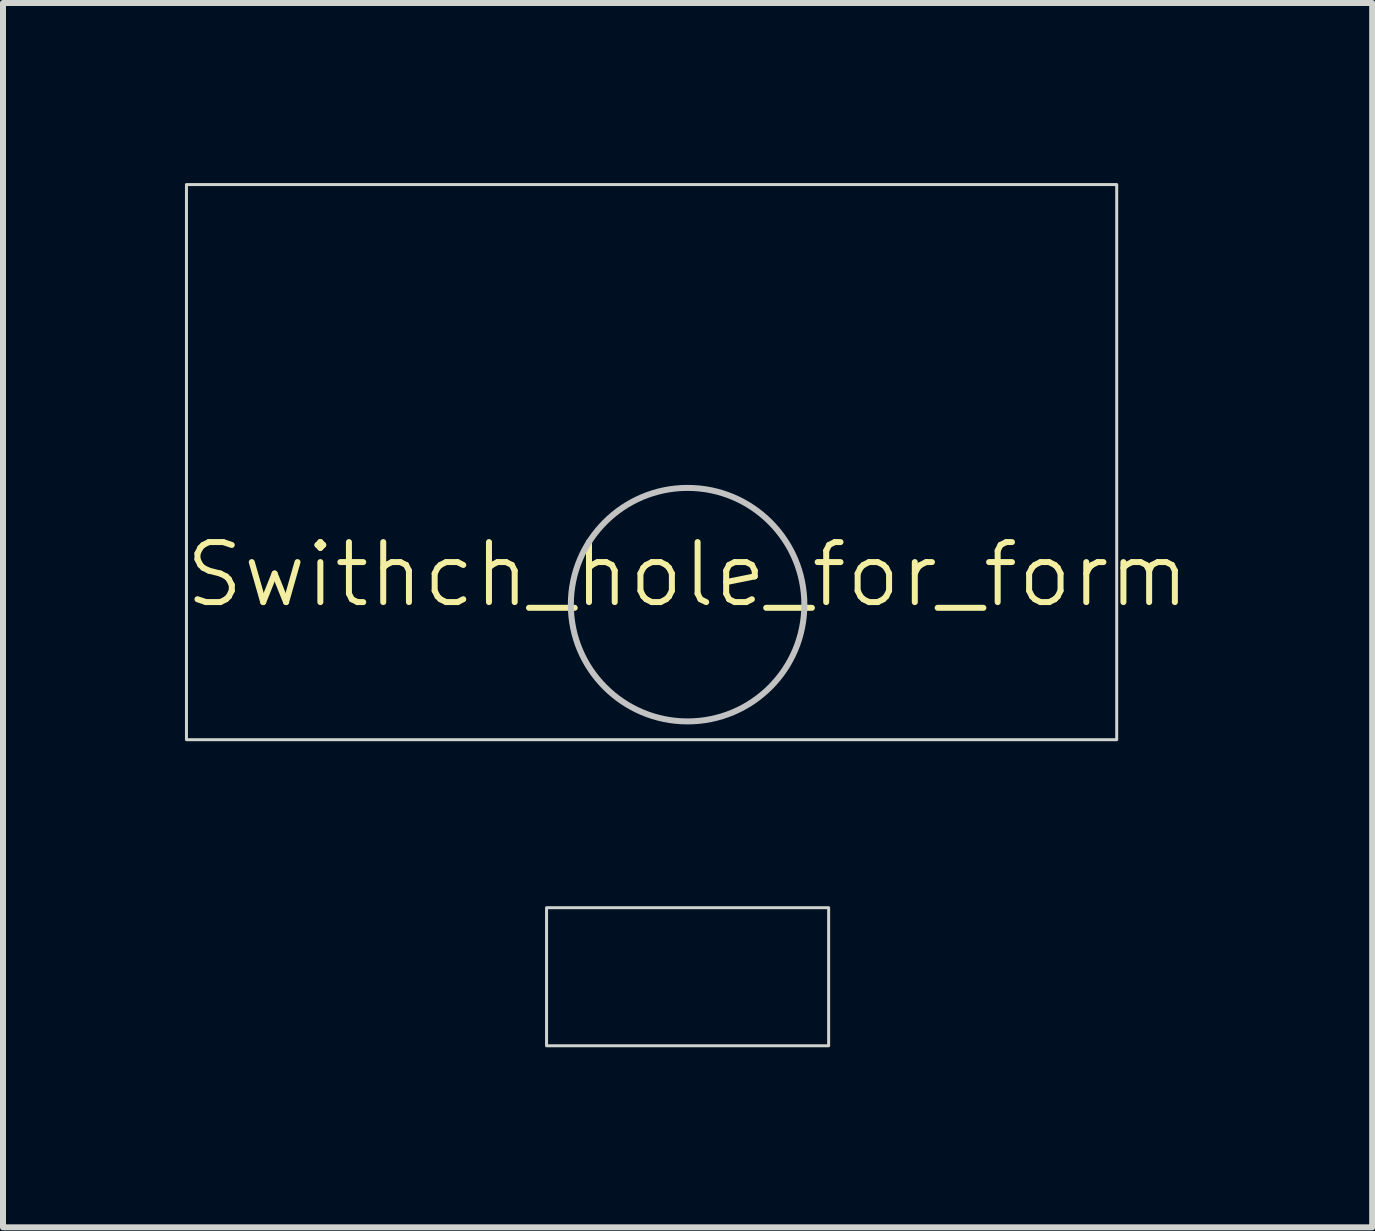
<source format=kicad_pcb>
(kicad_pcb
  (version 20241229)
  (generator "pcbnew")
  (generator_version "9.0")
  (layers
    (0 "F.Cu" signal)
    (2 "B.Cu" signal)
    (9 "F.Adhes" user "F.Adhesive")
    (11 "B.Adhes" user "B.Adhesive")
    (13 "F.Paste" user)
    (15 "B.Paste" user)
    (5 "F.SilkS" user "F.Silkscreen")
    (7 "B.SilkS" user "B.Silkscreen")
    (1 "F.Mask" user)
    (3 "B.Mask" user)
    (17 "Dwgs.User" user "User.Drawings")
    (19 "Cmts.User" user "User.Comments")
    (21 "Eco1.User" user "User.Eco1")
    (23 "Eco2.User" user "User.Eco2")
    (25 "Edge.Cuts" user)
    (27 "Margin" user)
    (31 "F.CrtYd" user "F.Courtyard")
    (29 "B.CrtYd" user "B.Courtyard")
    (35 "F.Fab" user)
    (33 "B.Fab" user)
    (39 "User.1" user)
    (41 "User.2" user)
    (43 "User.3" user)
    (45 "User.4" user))
  (footprint "Swithch_hole_for_form"
    (layer "F.Cu")
    (at 8.407 7.025)
    (property "Reference" "Swithch_hole_for_form" (at 0 -0.5 0) (unlocked yes) (layer "F.SilkS") (effects (font (size 1 1) (thickness 0.1))))
    (attr smd)
    (fp_circle (center 0 0) (end 1.75 0.85) (stroke (width 0.1) (type default)) (fill no) (layer "Dwgs.User"))
    (fp_rect (start -8.35 -7) (end 7.15 2.25) (stroke (width 0.05) (type default)) (fill no) (layer "Edge.Cuts"))
    (fp_rect (start -2.35 5.05) (end 2.35 7.35) (stroke (width 0.05) (type default)) (fill no) (layer "Edge.Cuts")))
  (gr_rect
    (start -3 -3)
    (end 19.814 17.4)
    (stroke (width 0.1) (type default))
    (fill no)
    (layer "Edge.Cuts")))
</source>
